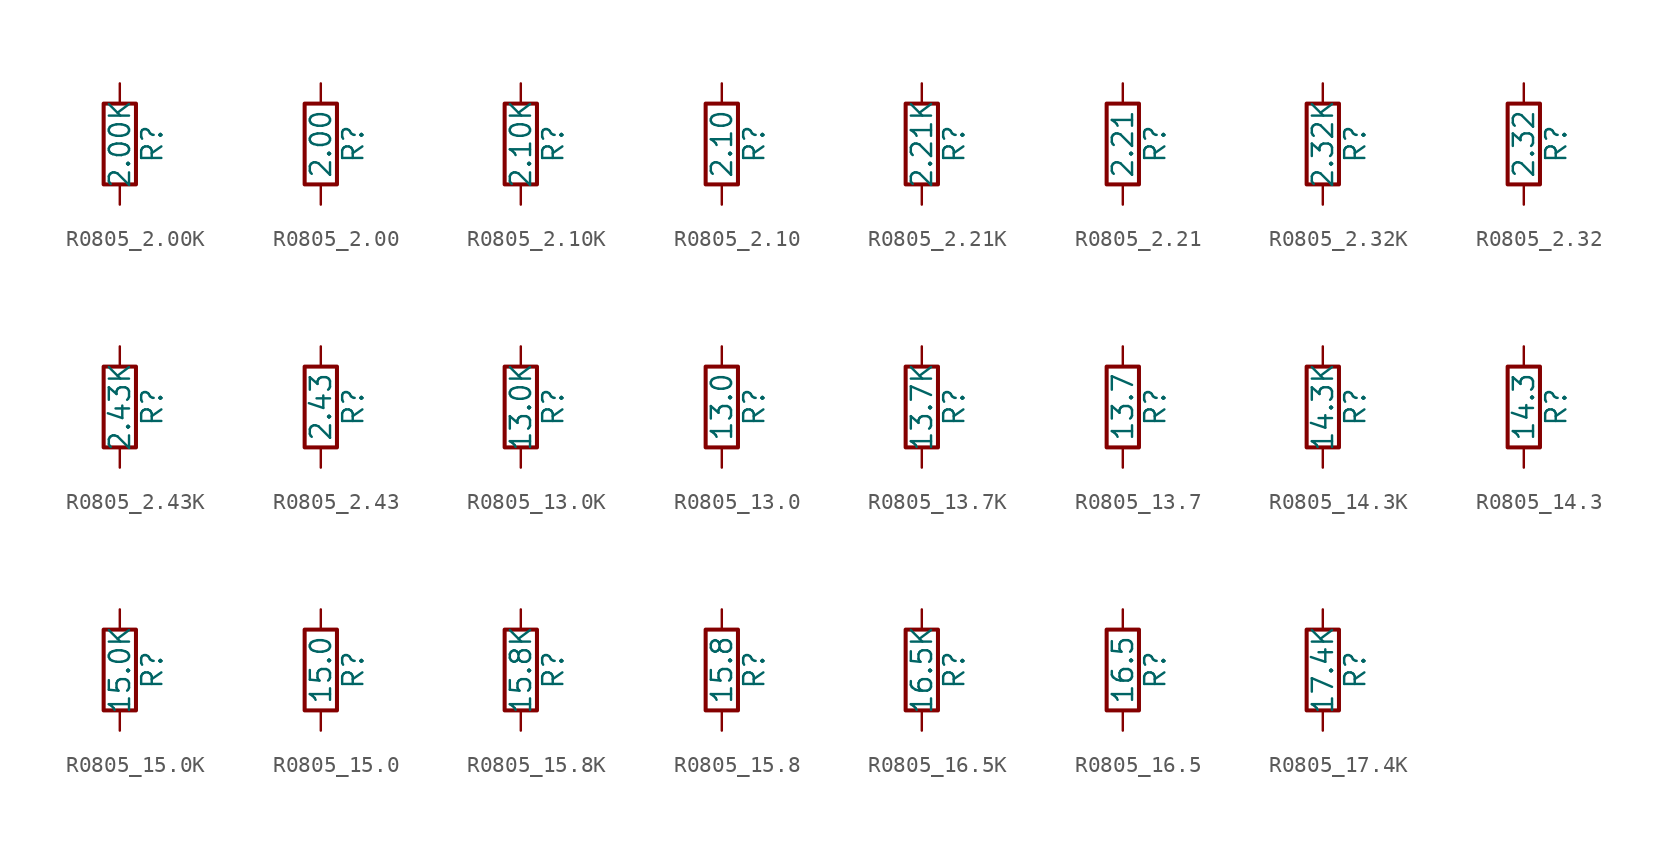
<source format=kicad_sym>
(kicad_symbol_lib
  (version 20211014)
  (generator atlantix-eda)
  (symbol "R0805_2.00K"
    (pin_numbers hide)
    (pin_names
      (offset 0))
    (property "Reference" "R"
      (at 2.032 0 90)
      (effects (font (size 1.27 1.27))))
    (property "Value" "2.00K"
      (at 0 0 90)
      (effects (font (size 1.27 1.27))))
    (symbol "R0805_2.00K_0_1"
      (rectangle (start -1.016 -2.54) (end 1.016 2.54) (stroke (width 0.254) (type default) (color 0 0 0 0)) (fill (type none))))
    (symbol "R0805_2.00K_1_1"
      (pin passive line (at 0 3.81 270) (length 1.27) (name "~" (effects (font (size 1.27 1.27)))) (number "1" (effects (font (size 1.27 1.27)))))
      (pin passive line (at 0 -3.81 90) (length 1.27) (name "~" (effects (font (size 1.27 1.27)))) (number "2" (effects (font (size 1.27 1.27)))))))
  (symbol "R0805_2.00"
    (pin_numbers hide)
    (pin_names
      (offset 0))
    (property "Reference" "R"
      (at 2.032 0 90)
      (effects (font (size 1.27 1.27))))
    (property "Value" "2.00"
      (at 0 0 90)
      (effects (font (size 1.27 1.27))))
    (symbol "R0805_2.00_0_1"
      (rectangle (start -1.016 -2.54) (end 1.016 2.54) (stroke (width 0.254) (type default) (color 0 0 0 0)) (fill (type none))))
    (symbol "R0805_2.00_1_1"
      (pin passive line (at 0 3.81 270) (length 1.27) (name "~" (effects (font (size 1.27 1.27)))) (number "1" (effects (font (size 1.27 1.27)))))
      (pin passive line (at 0 -3.81 90) (length 1.27) (name "~" (effects (font (size 1.27 1.27)))) (number "2" (effects (font (size 1.27 1.27)))))))
  (symbol "R0805_2.10K"
    (pin_numbers hide)
    (pin_names
      (offset 0))
    (property "Reference" "R"
      (at 2.032 0 90)
      (effects (font (size 1.27 1.27))))
    (property "Value" "2.10K"
      (at 0 0 90)
      (effects (font (size 1.27 1.27))))
    (symbol "R0805_2.10K_0_1"
      (rectangle (start -1.016 -2.54) (end 1.016 2.54) (stroke (width 0.254) (type default) (color 0 0 0 0)) (fill (type none))))
    (symbol "R0805_2.10K_1_1"
      (pin passive line (at 0 3.81 270) (length 1.27) (name "~" (effects (font (size 1.27 1.27)))) (number "1" (effects (font (size 1.27 1.27)))))
      (pin passive line (at 0 -3.81 90) (length 1.27) (name "~" (effects (font (size 1.27 1.27)))) (number "2" (effects (font (size 1.27 1.27)))))))
  (symbol "R0805_2.10"
    (pin_numbers hide)
    (pin_names
      (offset 0))
    (property "Reference" "R"
      (at 2.032 0 90)
      (effects (font (size 1.27 1.27))))
    (property "Value" "2.10"
      (at 0 0 90)
      (effects (font (size 1.27 1.27))))
    (symbol "R0805_2.10_0_1"
      (rectangle (start -1.016 -2.54) (end 1.016 2.54) (stroke (width 0.254) (type default) (color 0 0 0 0)) (fill (type none))))
    (symbol "R0805_2.10_1_1"
      (pin passive line (at 0 3.81 270) (length 1.27) (name "~" (effects (font (size 1.27 1.27)))) (number "1" (effects (font (size 1.27 1.27)))))
      (pin passive line (at 0 -3.81 90) (length 1.27) (name "~" (effects (font (size 1.27 1.27)))) (number "2" (effects (font (size 1.27 1.27)))))))
  (symbol "R0805_2.21K"
    (pin_numbers hide)
    (pin_names
      (offset 0))
    (property "Reference" "R"
      (at 2.032 0 90)
      (effects (font (size 1.27 1.27))))
    (property "Value" "2.21K"
      (at 0 0 90)
      (effects (font (size 1.27 1.27))))
    (symbol "R0805_2.21K_0_1"
      (rectangle (start -1.016 -2.54) (end 1.016 2.54) (stroke (width 0.254) (type default) (color 0 0 0 0)) (fill (type none))))
    (symbol "R0805_2.21K_1_1"
      (pin passive line (at 0 3.81 270) (length 1.27) (name "~" (effects (font (size 1.27 1.27)))) (number "1" (effects (font (size 1.27 1.27)))))
      (pin passive line (at 0 -3.81 90) (length 1.27) (name "~" (effects (font (size 1.27 1.27)))) (number "2" (effects (font (size 1.27 1.27)))))))
  (symbol "R0805_2.21"
    (pin_numbers hide)
    (pin_names
      (offset 0))
    (property "Reference" "R"
      (at 2.032 0 90)
      (effects (font (size 1.27 1.27))))
    (property "Value" "2.21"
      (at 0 0 90)
      (effects (font (size 1.27 1.27))))
    (symbol "R0805_2.21_0_1"
      (rectangle (start -1.016 -2.54) (end 1.016 2.54) (stroke (width 0.254) (type default) (color 0 0 0 0)) (fill (type none))))
    (symbol "R0805_2.21_1_1"
      (pin passive line (at 0 3.81 270) (length 1.27) (name "~" (effects (font (size 1.27 1.27)))) (number "1" (effects (font (size 1.27 1.27)))))
      (pin passive line (at 0 -3.81 90) (length 1.27) (name "~" (effects (font (size 1.27 1.27)))) (number "2" (effects (font (size 1.27 1.27)))))))
  (symbol "R0805_2.32K"
    (pin_numbers hide)
    (pin_names
      (offset 0))
    (property "Reference" "R"
      (at 2.032 0 90)
      (effects (font (size 1.27 1.27))))
    (property "Value" "2.32K"
      (at 0 0 90)
      (effects (font (size 1.27 1.27))))
    (symbol "R0805_2.32K_0_1"
      (rectangle (start -1.016 -2.54) (end 1.016 2.54) (stroke (width 0.254) (type default) (color 0 0 0 0)) (fill (type none))))
    (symbol "R0805_2.32K_1_1"
      (pin passive line (at 0 3.81 270) (length 1.27) (name "~" (effects (font (size 1.27 1.27)))) (number "1" (effects (font (size 1.27 1.27)))))
      (pin passive line (at 0 -3.81 90) (length 1.27) (name "~" (effects (font (size 1.27 1.27)))) (number "2" (effects (font (size 1.27 1.27)))))))
  (symbol "R0805_2.32"
    (pin_numbers hide)
    (pin_names
      (offset 0))
    (property "Reference" "R"
      (at 2.032 0 90)
      (effects (font (size 1.27 1.27))))
    (property "Value" "2.32"
      (at 0 0 90)
      (effects (font (size 1.27 1.27))))
    (symbol "R0805_2.32_0_1"
      (rectangle (start -1.016 -2.54) (end 1.016 2.54) (stroke (width 0.254) (type default) (color 0 0 0 0)) (fill (type none))))
    (symbol "R0805_2.32_1_1"
      (pin passive line (at 0 3.81 270) (length 1.27) (name "~" (effects (font (size 1.27 1.27)))) (number "1" (effects (font (size 1.27 1.27)))))
      (pin passive line (at 0 -3.81 90) (length 1.27) (name "~" (effects (font (size 1.27 1.27)))) (number "2" (effects (font (size 1.27 1.27)))))))
  (symbol "R0805_2.43K"
    (pin_numbers hide)
    (pin_names
      (offset 0))
    (property "Reference" "R"
      (at 2.032 0 90)
      (effects (font (size 1.27 1.27))))
    (property "Value" "2.43K"
      (at 0 0 90)
      (effects (font (size 1.27 1.27))))
    (symbol "R0805_2.43K_0_1"
      (rectangle (start -1.016 -2.54) (end 1.016 2.54) (stroke (width 0.254) (type default) (color 0 0 0 0)) (fill (type none))))
    (symbol "R0805_2.43K_1_1"
      (pin passive line (at 0 3.81 270) (length 1.27) (name "~" (effects (font (size 1.27 1.27)))) (number "1" (effects (font (size 1.27 1.27)))))
      (pin passive line (at 0 -3.81 90) (length 1.27) (name "~" (effects (font (size 1.27 1.27)))) (number "2" (effects (font (size 1.27 1.27)))))))
  (symbol "R0805_2.43"
    (pin_numbers hide)
    (pin_names
      (offset 0))
    (property "Reference" "R"
      (at 2.032 0 90)
      (effects (font (size 1.27 1.27))))
    (property "Value" "2.43"
      (at 0 0 90)
      (effects (font (size 1.27 1.27))))
    (symbol "R0805_2.43_0_1"
      (rectangle (start -1.016 -2.54) (end 1.016 2.54) (stroke (width 0.254) (type default) (color 0 0 0 0)) (fill (type none))))
    (symbol "R0805_2.43_1_1"
      (pin passive line (at 0 3.81 270) (length 1.27) (name "~" (effects (font (size 1.27 1.27)))) (number "1" (effects (font (size 1.27 1.27)))))
      (pin passive line (at 0 -3.81 90) (length 1.27) (name "~" (effects (font (size 1.27 1.27)))) (number "2" (effects (font (size 1.27 1.27)))))))
  (symbol "R0805_13.0K"
    (pin_numbers hide)
    (pin_names
      (offset 0))
    (property "Reference" "R"
      (at 2.032 0 90)
      (effects (font (size 1.27 1.27))))
    (property "Value" "13.0K"
      (at 0 0 90)
      (effects (font (size 1.27 1.27))))
    (symbol "R0805_13.0K_0_1"
      (rectangle (start -1.016 -2.54) (end 1.016 2.54) (stroke (width 0.254) (type default) (color 0 0 0 0)) (fill (type none))))
    (symbol "R0805_13.0K_1_1"
      (pin passive line (at 0 3.81 270) (length 1.27) (name "~" (effects (font (size 1.27 1.27)))) (number "1" (effects (font (size 1.27 1.27)))))
      (pin passive line (at 0 -3.81 90) (length 1.27) (name "~" (effects (font (size 1.27 1.27)))) (number "2" (effects (font (size 1.27 1.27)))))))
  (symbol "R0805_13.0"
    (pin_numbers hide)
    (pin_names
      (offset 0))
    (property "Reference" "R"
      (at 2.032 0 90)
      (effects (font (size 1.27 1.27))))
    (property "Value" "13.0"
      (at 0 0 90)
      (effects (font (size 1.27 1.27))))
    (symbol "R0805_13.0_0_1"
      (rectangle (start -1.016 -2.54) (end 1.016 2.54) (stroke (width 0.254) (type default) (color 0 0 0 0)) (fill (type none))))
    (symbol "R0805_13.0_1_1"
      (pin passive line (at 0 3.81 270) (length 1.27) (name "~" (effects (font (size 1.27 1.27)))) (number "1" (effects (font (size 1.27 1.27)))))
      (pin passive line (at 0 -3.81 90) (length 1.27) (name "~" (effects (font (size 1.27 1.27)))) (number "2" (effects (font (size 1.27 1.27)))))))
  (symbol "R0805_13.7K"
    (pin_numbers hide)
    (pin_names
      (offset 0))
    (property "Reference" "R"
      (at 2.032 0 90)
      (effects (font (size 1.27 1.27))))
    (property "Value" "13.7K"
      (at 0 0 90)
      (effects (font (size 1.27 1.27))))
    (symbol "R0805_13.7K_0_1"
      (rectangle (start -1.016 -2.54) (end 1.016 2.54) (stroke (width 0.254) (type default) (color 0 0 0 0)) (fill (type none))))
    (symbol "R0805_13.7K_1_1"
      (pin passive line (at 0 3.81 270) (length 1.27) (name "~" (effects (font (size 1.27 1.27)))) (number "1" (effects (font (size 1.27 1.27)))))
      (pin passive line (at 0 -3.81 90) (length 1.27) (name "~" (effects (font (size 1.27 1.27)))) (number "2" (effects (font (size 1.27 1.27)))))))
  (symbol "R0805_13.7"
    (pin_numbers hide)
    (pin_names
      (offset 0))
    (property "Reference" "R"
      (at 2.032 0 90)
      (effects (font (size 1.27 1.27))))
    (property "Value" "13.7"
      (at 0 0 90)
      (effects (font (size 1.27 1.27))))
    (symbol "R0805_13.7_0_1"
      (rectangle (start -1.016 -2.54) (end 1.016 2.54) (stroke (width 0.254) (type default) (color 0 0 0 0)) (fill (type none))))
    (symbol "R0805_13.7_1_1"
      (pin passive line (at 0 3.81 270) (length 1.27) (name "~" (effects (font (size 1.27 1.27)))) (number "1" (effects (font (size 1.27 1.27)))))
      (pin passive line (at 0 -3.81 90) (length 1.27) (name "~" (effects (font (size 1.27 1.27)))) (number "2" (effects (font (size 1.27 1.27)))))))
  (symbol "R0805_14.3K"
    (pin_numbers hide)
    (pin_names
      (offset 0))
    (property "Reference" "R"
      (at 2.032 0 90)
      (effects (font (size 1.27 1.27))))
    (property "Value" "14.3K"
      (at 0 0 90)
      (effects (font (size 1.27 1.27))))
    (symbol "R0805_14.3K_0_1"
      (rectangle (start -1.016 -2.54) (end 1.016 2.54) (stroke (width 0.254) (type default) (color 0 0 0 0)) (fill (type none))))
    (symbol "R0805_14.3K_1_1"
      (pin passive line (at 0 3.81 270) (length 1.27) (name "~" (effects (font (size 1.27 1.27)))) (number "1" (effects (font (size 1.27 1.27)))))
      (pin passive line (at 0 -3.81 90) (length 1.27) (name "~" (effects (font (size 1.27 1.27)))) (number "2" (effects (font (size 1.27 1.27)))))))
  (symbol "R0805_14.3"
    (pin_numbers hide)
    (pin_names
      (offset 0))
    (property "Reference" "R"
      (at 2.032 0 90)
      (effects (font (size 1.27 1.27))))
    (property "Value" "14.3"
      (at 0 0 90)
      (effects (font (size 1.27 1.27))))
    (symbol "R0805_14.3_0_1"
      (rectangle (start -1.016 -2.54) (end 1.016 2.54) (stroke (width 0.254) (type default) (color 0 0 0 0)) (fill (type none))))
    (symbol "R0805_14.3_1_1"
      (pin passive line (at 0 3.81 270) (length 1.27) (name "~" (effects (font (size 1.27 1.27)))) (number "1" (effects (font (size 1.27 1.27)))))
      (pin passive line (at 0 -3.81 90) (length 1.27) (name "~" (effects (font (size 1.27 1.27)))) (number "2" (effects (font (size 1.27 1.27)))))))
  (symbol "R0805_15.0K"
    (pin_numbers hide)
    (pin_names
      (offset 0))
    (property "Reference" "R"
      (at 2.032 0 90)
      (effects (font (size 1.27 1.27))))
    (property "Value" "15.0K"
      (at 0 0 90)
      (effects (font (size 1.27 1.27))))
    (symbol "R0805_15.0K_0_1"
      (rectangle (start -1.016 -2.54) (end 1.016 2.54) (stroke (width 0.254) (type default) (color 0 0 0 0)) (fill (type none))))
    (symbol "R0805_15.0K_1_1"
      (pin passive line (at 0 3.81 270) (length 1.27) (name "~" (effects (font (size 1.27 1.27)))) (number "1" (effects (font (size 1.27 1.27)))))
      (pin passive line (at 0 -3.81 90) (length 1.27) (name "~" (effects (font (size 1.27 1.27)))) (number "2" (effects (font (size 1.27 1.27)))))))
  (symbol "R0805_15.0"
    (pin_numbers hide)
    (pin_names
      (offset 0))
    (property "Reference" "R"
      (at 2.032 0 90)
      (effects (font (size 1.27 1.27))))
    (property "Value" "15.0"
      (at 0 0 90)
      (effects (font (size 1.27 1.27))))
    (symbol "R0805_15.0_0_1"
      (rectangle (start -1.016 -2.54) (end 1.016 2.54) (stroke (width 0.254) (type default) (color 0 0 0 0)) (fill (type none))))
    (symbol "R0805_15.0_1_1"
      (pin passive line (at 0 3.81 270) (length 1.27) (name "~" (effects (font (size 1.27 1.27)))) (number "1" (effects (font (size 1.27 1.27)))))
      (pin passive line (at 0 -3.81 90) (length 1.27) (name "~" (effects (font (size 1.27 1.27)))) (number "2" (effects (font (size 1.27 1.27)))))))
  (symbol "R0805_15.8K"
    (pin_numbers hide)
    (pin_names
      (offset 0))
    (property "Reference" "R"
      (at 2.032 0 90)
      (effects (font (size 1.27 1.27))))
    (property "Value" "15.8K"
      (at 0 0 90)
      (effects (font (size 1.27 1.27))))
    (symbol "R0805_15.8K_0_1"
      (rectangle (start -1.016 -2.54) (end 1.016 2.54) (stroke (width 0.254) (type default) (color 0 0 0 0)) (fill (type none))))
    (symbol "R0805_15.8K_1_1"
      (pin passive line (at 0 3.81 270) (length 1.27) (name "~" (effects (font (size 1.27 1.27)))) (number "1" (effects (font (size 1.27 1.27)))))
      (pin passive line (at 0 -3.81 90) (length 1.27) (name "~" (effects (font (size 1.27 1.27)))) (number "2" (effects (font (size 1.27 1.27)))))))
  (symbol "R0805_15.8"
    (pin_numbers hide)
    (pin_names
      (offset 0))
    (property "Reference" "R"
      (at 2.032 0 90)
      (effects (font (size 1.27 1.27))))
    (property "Value" "15.8"
      (at 0 0 90)
      (effects (font (size 1.27 1.27))))
    (symbol "R0805_15.8_0_1"
      (rectangle (start -1.016 -2.54) (end 1.016 2.54) (stroke (width 0.254) (type default) (color 0 0 0 0)) (fill (type none))))
    (symbol "R0805_15.8_1_1"
      (pin passive line (at 0 3.81 270) (length 1.27) (name "~" (effects (font (size 1.27 1.27)))) (number "1" (effects (font (size 1.27 1.27)))))
      (pin passive line (at 0 -3.81 90) (length 1.27) (name "~" (effects (font (size 1.27 1.27)))) (number "2" (effects (font (size 1.27 1.27)))))))
  (symbol "R0805_16.5K"
    (pin_numbers hide)
    (pin_names
      (offset 0))
    (property "Reference" "R"
      (at 2.032 0 90)
      (effects (font (size 1.27 1.27))))
    (property "Value" "16.5K"
      (at 0 0 90)
      (effects (font (size 1.27 1.27))))
    (symbol "R0805_16.5K_0_1"
      (rectangle (start -1.016 -2.54) (end 1.016 2.54) (stroke (width 0.254) (type default) (color 0 0 0 0)) (fill (type none))))
    (symbol "R0805_16.5K_1_1"
      (pin passive line (at 0 3.81 270) (length 1.27) (name "~" (effects (font (size 1.27 1.27)))) (number "1" (effects (font (size 1.27 1.27)))))
      (pin passive line (at 0 -3.81 90) (length 1.27) (name "~" (effects (font (size 1.27 1.27)))) (number "2" (effects (font (size 1.27 1.27)))))))
  (symbol "R0805_16.5"
    (pin_numbers hide)
    (pin_names
      (offset 0))
    (property "Reference" "R"
      (at 2.032 0 90)
      (effects (font (size 1.27 1.27))))
    (property "Value" "16.5"
      (at 0 0 90)
      (effects (font (size 1.27 1.27))))
    (symbol "R0805_16.5_0_1"
      (rectangle (start -1.016 -2.54) (end 1.016 2.54) (stroke (width 0.254) (type default) (color 0 0 0 0)) (fill (type none))))
    (symbol "R0805_16.5_1_1"
      (pin passive line (at 0 3.81 270) (length 1.27) (name "~" (effects (font (size 1.27 1.27)))) (number "1" (effects (font (size 1.27 1.27)))))
      (pin passive line (at 0 -3.81 90) (length 1.27) (name "~" (effects (font (size 1.27 1.27)))) (number "2" (effects (font (size 1.27 1.27)))))))
  (symbol "R0805_17.4K"
    (pin_numbers hide)
    (pin_names
      (offset 0))
    (property "Reference" "R"
      (at 2.032 0 90)
      (effects (font (size 1.27 1.27))))
    (property "Value" "17.4K"
      (at 0 0 90)
      (effects (font (size 1.27 1.27))))
    (symbol "R0805_17.4K_0_1"
      (rectangle (start -1.016 -2.54) (end 1.016 2.54) (stroke (width 0.254) (type default) (color 0 0 0 0)) (fill (type none))))
    (symbol "R0805_17.4K_1_1"
      (pin passive line (at 0 3.81 270) (length 1.27) (name "~" (effects (font (size 1.27 1.27)))) (number "1" (effects (font (size 1.27 1.27)))))
      (pin passive line (at 0 -3.81 90) (length 1.27) (name "~" (effects (font (size 1.27 1.27)))) (number "2" (effects (font (size 1.27 1.27))))))))
</source>
